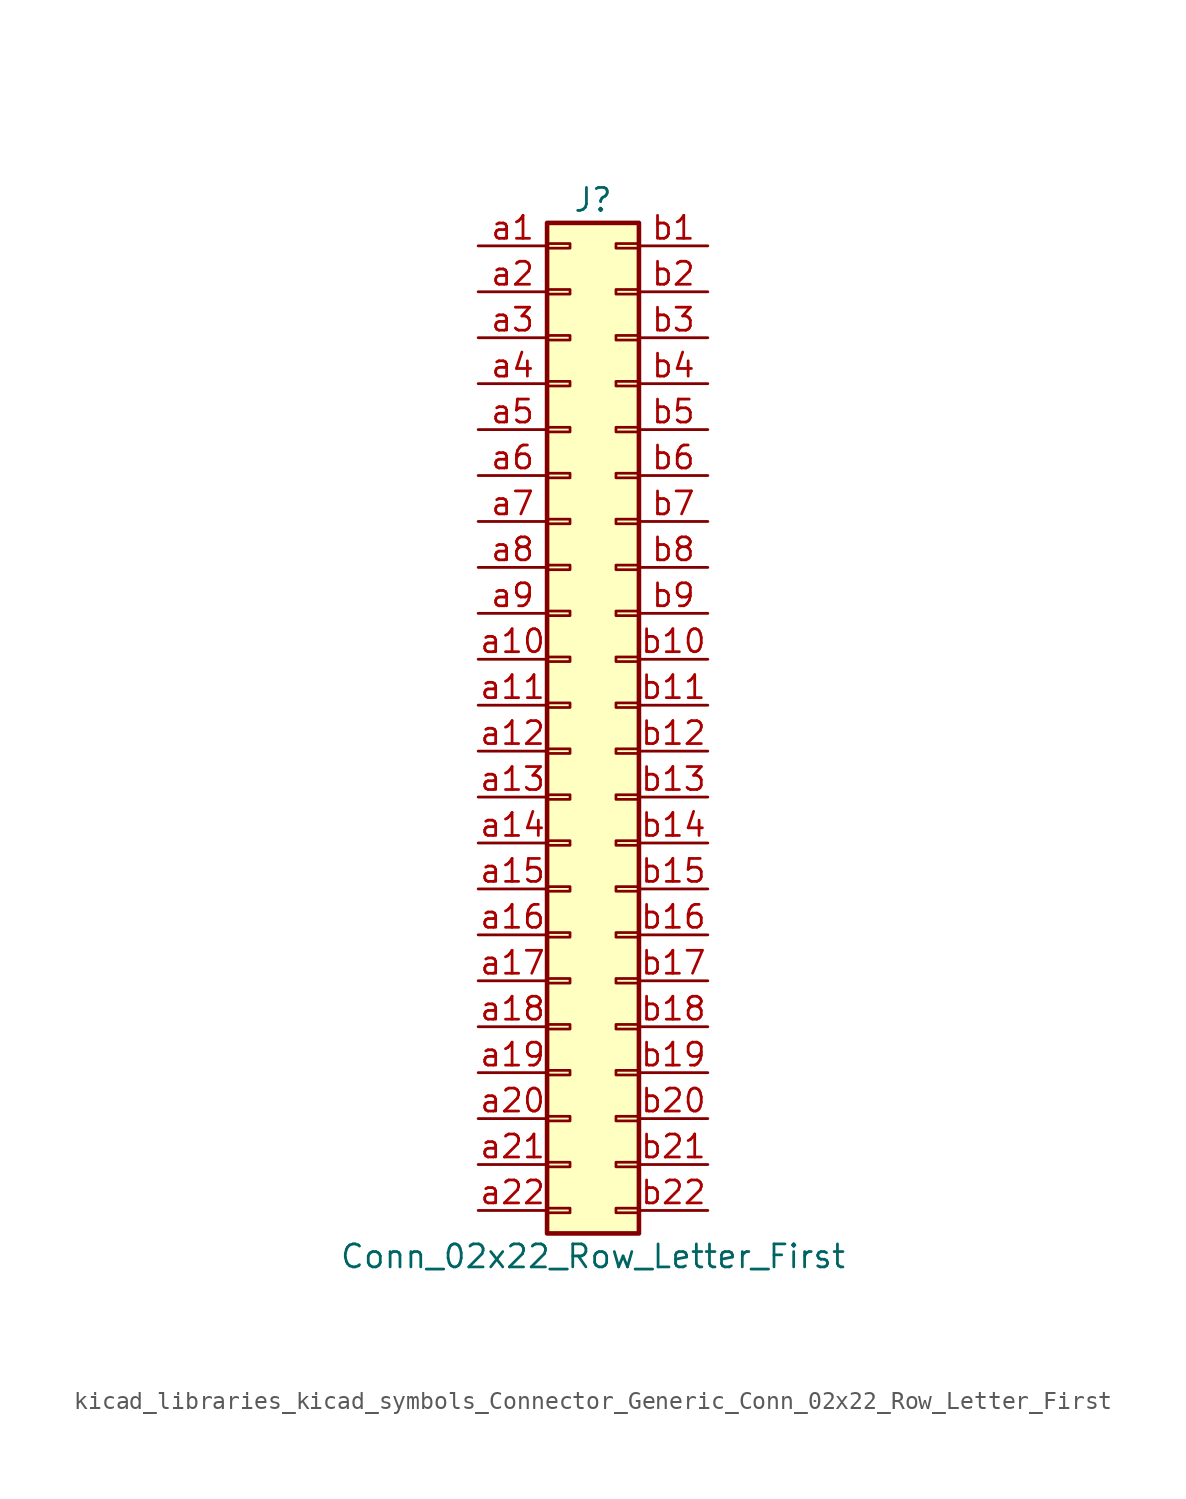
<source format=kicad_sym>
(kicad_symbol_lib
  (version 20220914)
  (generator kicad_symbol_editor)
  (symbol "kicad_libraries_kicad_symbols_Connector_Generic_Conn_02x22_Row_Letter_First"
    (pin_names
      (offset 1.016) hide)
    (property "Reference" "J"
      (at 1.27 27.94 0)
      (effects (font (size 1.27 1.27))))
    (property "Value" "Conn_02x22_Row_Letter_First"
      (at 1.27 -30.48 0)
      (effects (font (size 1.27 1.27))))
    (symbol "kicad_libraries_kicad_symbols_Connector_Generic_Conn_02x22_Row_Letter_First_1_1"
      (rectangle (start -1.27 -27.813) (end 0 -28.067) (stroke (width 0.152) (type default)) (fill (type none)))
      (rectangle (start -1.27 -25.273) (end 0 -25.527) (stroke (width 0.152) (type default)) (fill (type none)))
      (rectangle (start -1.27 -22.733) (end 0 -22.987) (stroke (width 0.152) (type default)) (fill (type none)))
      (rectangle (start -1.27 -20.193) (end 0 -20.447) (stroke (width 0.152) (type default)) (fill (type none)))
      (rectangle (start -1.27 -17.653) (end 0 -17.907) (stroke (width 0.152) (type default)) (fill (type none)))
      (rectangle (start -1.27 -15.113) (end 0 -15.367) (stroke (width 0.152) (type default)) (fill (type none)))
      (rectangle (start -1.27 -12.573) (end 0 -12.827) (stroke (width 0.152) (type default)) (fill (type none)))
      (rectangle (start -1.27 -10.033) (end 0 -10.287) (stroke (width 0.152) (type default)) (fill (type none)))
      (rectangle (start -1.27 -7.493) (end 0 -7.747) (stroke (width 0.152) (type default)) (fill (type none)))
      (rectangle (start -1.27 -4.953) (end 0 -5.207) (stroke (width 0.152) (type default)) (fill (type none)))
      (rectangle (start -1.27 -2.413) (end 0 -2.667) (stroke (width 0.152) (type default)) (fill (type none)))
      (rectangle (start -1.27 0.127) (end 0 -0.127) (stroke (width 0.152) (type default)) (fill (type none)))
      (rectangle (start -1.27 2.667) (end 0 2.413) (stroke (width 0.152) (type default)) (fill (type none)))
      (rectangle (start -1.27 5.207) (end 0 4.953) (stroke (width 0.152) (type default)) (fill (type none)))
      (rectangle (start -1.27 7.747) (end 0 7.493) (stroke (width 0.152) (type default)) (fill (type none)))
      (rectangle (start -1.27 10.287) (end 0 10.033) (stroke (width 0.152) (type default)) (fill (type none)))
      (rectangle (start -1.27 12.827) (end 0 12.573) (stroke (width 0.152) (type default)) (fill (type none)))
      (rectangle (start -1.27 15.367) (end 0 15.113) (stroke (width 0.152) (type default)) (fill (type none)))
      (rectangle (start -1.27 17.907) (end 0 17.653) (stroke (width 0.152) (type default)) (fill (type none)))
      (rectangle (start -1.27 20.447) (end 0 20.193) (stroke (width 0.152) (type default)) (fill (type none)))
      (rectangle (start -1.27 22.987) (end 0 22.733) (stroke (width 0.152) (type default)) (fill (type none)))
      (rectangle (start -1.27 25.527) (end 0 25.273) (stroke (width 0.152) (type default)) (fill (type none)))
      (rectangle (start -1.27 26.67) (end 3.81 -29.21) (stroke (width 0.254) (type default)) (fill (type background)))
      (rectangle (start 3.81 -27.813) (end 2.54 -28.067) (stroke (width 0.152) (type default)) (fill (type none)))
      (rectangle (start 3.81 -25.273) (end 2.54 -25.527) (stroke (width 0.152) (type default)) (fill (type none)))
      (rectangle (start 3.81 -22.733) (end 2.54 -22.987) (stroke (width 0.152) (type default)) (fill (type none)))
      (rectangle (start 3.81 -20.193) (end 2.54 -20.447) (stroke (width 0.152) (type default)) (fill (type none)))
      (rectangle (start 3.81 -17.653) (end 2.54 -17.907) (stroke (width 0.152) (type default)) (fill (type none)))
      (rectangle (start 3.81 -15.113) (end 2.54 -15.367) (stroke (width 0.152) (type default)) (fill (type none)))
      (rectangle (start 3.81 -12.573) (end 2.54 -12.827) (stroke (width 0.152) (type default)) (fill (type none)))
      (rectangle (start 3.81 -10.033) (end 2.54 -10.287) (stroke (width 0.152) (type default)) (fill (type none)))
      (rectangle (start 3.81 -7.493) (end 2.54 -7.747) (stroke (width 0.152) (type default)) (fill (type none)))
      (rectangle (start 3.81 -4.953) (end 2.54 -5.207) (stroke (width 0.152) (type default)) (fill (type none)))
      (rectangle (start 3.81 -2.413) (end 2.54 -2.667) (stroke (width 0.152) (type default)) (fill (type none)))
      (rectangle (start 3.81 0.127) (end 2.54 -0.127) (stroke (width 0.152) (type default)) (fill (type none)))
      (rectangle (start 3.81 2.667) (end 2.54 2.413) (stroke (width 0.152) (type default)) (fill (type none)))
      (rectangle (start 3.81 5.207) (end 2.54 4.953) (stroke (width 0.152) (type default)) (fill (type none)))
      (rectangle (start 3.81 7.747) (end 2.54 7.493) (stroke (width 0.152) (type default)) (fill (type none)))
      (rectangle (start 3.81 10.287) (end 2.54 10.033) (stroke (width 0.152) (type default)) (fill (type none)))
      (rectangle (start 3.81 12.827) (end 2.54 12.573) (stroke (width 0.152) (type default)) (fill (type none)))
      (rectangle (start 3.81 15.367) (end 2.54 15.113) (stroke (width 0.152) (type default)) (fill (type none)))
      (rectangle (start 3.81 17.907) (end 2.54 17.653) (stroke (width 0.152) (type default)) (fill (type none)))
      (rectangle (start 3.81 20.447) (end 2.54 20.193) (stroke (width 0.152) (type default)) (fill (type none)))
      (rectangle (start 3.81 22.987) (end 2.54 22.733) (stroke (width 0.152) (type default)) (fill (type none)))
      (rectangle (start 3.81 25.527) (end 2.54 25.273) (stroke (width 0.152) (type default)) (fill (type none)))
      (pin passive line (at -5.08 25.4 0) (length 3.81) (name "Pin_a1" (effects (font (size 1.27 1.27)))) (number "a1" (effects (font (size 1.27 1.27)))))
      (pin passive line (at -5.08 2.54 0) (length 3.81) (name "Pin_a10" (effects (font (size 1.27 1.27)))) (number "a10" (effects (font (size 1.27 1.27)))))
      (pin passive line (at -5.08 0 0) (length 3.81) (name "Pin_a11" (effects (font (size 1.27 1.27)))) (number "a11" (effects (font (size 1.27 1.27)))))
      (pin passive line (at -5.08 -2.54 0) (length 3.81) (name "Pin_a12" (effects (font (size 1.27 1.27)))) (number "a12" (effects (font (size 1.27 1.27)))))
      (pin passive line (at -5.08 -5.08 0) (length 3.81) (name "Pin_a13" (effects (font (size 1.27 1.27)))) (number "a13" (effects (font (size 1.27 1.27)))))
      (pin passive line (at -5.08 -7.62 0) (length 3.81) (name "Pin_a14" (effects (font (size 1.27 1.27)))) (number "a14" (effects (font (size 1.27 1.27)))))
      (pin passive line (at -5.08 -10.16 0) (length 3.81) (name "Pin_a15" (effects (font (size 1.27 1.27)))) (number "a15" (effects (font (size 1.27 1.27)))))
      (pin passive line (at -5.08 -12.7 0) (length 3.81) (name "Pin_a16" (effects (font (size 1.27 1.27)))) (number "a16" (effects (font (size 1.27 1.27)))))
      (pin passive line (at -5.08 -15.24 0) (length 3.81) (name "Pin_a17" (effects (font (size 1.27 1.27)))) (number "a17" (effects (font (size 1.27 1.27)))))
      (pin passive line (at -5.08 -17.78 0) (length 3.81) (name "Pin_a18" (effects (font (size 1.27 1.27)))) (number "a18" (effects (font (size 1.27 1.27)))))
      (pin passive line (at -5.08 -20.32 0) (length 3.81) (name "Pin_a19" (effects (font (size 1.27 1.27)))) (number "a19" (effects (font (size 1.27 1.27)))))
      (pin passive line (at -5.08 22.86 0) (length 3.81) (name "Pin_a2" (effects (font (size 1.27 1.27)))) (number "a2" (effects (font (size 1.27 1.27)))))
      (pin passive line (at -5.08 -22.86 0) (length 3.81) (name "Pin_a20" (effects (font (size 1.27 1.27)))) (number "a20" (effects (font (size 1.27 1.27)))))
      (pin passive line (at -5.08 -25.4 0) (length 3.81) (name "Pin_a21" (effects (font (size 1.27 1.27)))) (number "a21" (effects (font (size 1.27 1.27)))))
      (pin passive line (at -5.08 -27.94 0) (length 3.81) (name "Pin_a22" (effects (font (size 1.27 1.27)))) (number "a22" (effects (font (size 1.27 1.27)))))
      (pin passive line (at -5.08 20.32 0) (length 3.81) (name "Pin_a3" (effects (font (size 1.27 1.27)))) (number "a3" (effects (font (size 1.27 1.27)))))
      (pin passive line (at -5.08 17.78 0) (length 3.81) (name "Pin_a4" (effects (font (size 1.27 1.27)))) (number "a4" (effects (font (size 1.27 1.27)))))
      (pin passive line (at -5.08 15.24 0) (length 3.81) (name "Pin_a5" (effects (font (size 1.27 1.27)))) (number "a5" (effects (font (size 1.27 1.27)))))
      (pin passive line (at -5.08 12.7 0) (length 3.81) (name "Pin_a6" (effects (font (size 1.27 1.27)))) (number "a6" (effects (font (size 1.27 1.27)))))
      (pin passive line (at -5.08 10.16 0) (length 3.81) (name "Pin_a7" (effects (font (size 1.27 1.27)))) (number "a7" (effects (font (size 1.27 1.27)))))
      (pin passive line (at -5.08 7.62 0) (length 3.81) (name "Pin_a8" (effects (font (size 1.27 1.27)))) (number "a8" (effects (font (size 1.27 1.27)))))
      (pin passive line (at -5.08 5.08 0) (length 3.81) (name "Pin_a9" (effects (font (size 1.27 1.27)))) (number "a9" (effects (font (size 1.27 1.27)))))
      (pin passive line (at 7.62 25.4 180) (length 3.81) (name "Pin_b1" (effects (font (size 1.27 1.27)))) (number "b1" (effects (font (size 1.27 1.27)))))
      (pin passive line (at 7.62 2.54 180) (length 3.81) (name "Pin_b10" (effects (font (size 1.27 1.27)))) (number "b10" (effects (font (size 1.27 1.27)))))
      (pin passive line (at 7.62 0 180) (length 3.81) (name "Pin_b11" (effects (font (size 1.27 1.27)))) (number "b11" (effects (font (size 1.27 1.27)))))
      (pin passive line (at 7.62 -2.54 180) (length 3.81) (name "Pin_b12" (effects (font (size 1.27 1.27)))) (number "b12" (effects (font (size 1.27 1.27)))))
      (pin passive line (at 7.62 -5.08 180) (length 3.81) (name "Pin_b13" (effects (font (size 1.27 1.27)))) (number "b13" (effects (font (size 1.27 1.27)))))
      (pin passive line (at 7.62 -7.62 180) (length 3.81) (name "Pin_b14" (effects (font (size 1.27 1.27)))) (number "b14" (effects (font (size 1.27 1.27)))))
      (pin passive line (at 7.62 -10.16 180) (length 3.81) (name "Pin_b15" (effects (font (size 1.27 1.27)))) (number "b15" (effects (font (size 1.27 1.27)))))
      (pin passive line (at 7.62 -12.7 180) (length 3.81) (name "Pin_b16" (effects (font (size 1.27 1.27)))) (number "b16" (effects (font (size 1.27 1.27)))))
      (pin passive line (at 7.62 -15.24 180) (length 3.81) (name "Pin_b17" (effects (font (size 1.27 1.27)))) (number "b17" (effects (font (size 1.27 1.27)))))
      (pin passive line (at 7.62 -17.78 180) (length 3.81) (name "Pin_b18" (effects (font (size 1.27 1.27)))) (number "b18" (effects (font (size 1.27 1.27)))))
      (pin passive line (at 7.62 -20.32 180) (length 3.81) (name "Pin_b19" (effects (font (size 1.27 1.27)))) (number "b19" (effects (font (size 1.27 1.27)))))
      (pin passive line (at 7.62 22.86 180) (length 3.81) (name "Pin_b2" (effects (font (size 1.27 1.27)))) (number "b2" (effects (font (size 1.27 1.27)))))
      (pin passive line (at 7.62 -22.86 180) (length 3.81) (name "Pin_b20" (effects (font (size 1.27 1.27)))) (number "b20" (effects (font (size 1.27 1.27)))))
      (pin passive line (at 7.62 -25.4 180) (length 3.81) (name "Pin_b21" (effects (font (size 1.27 1.27)))) (number "b21" (effects (font (size 1.27 1.27)))))
      (pin passive line (at 7.62 -27.94 180) (length 3.81) (name "Pin_b22" (effects (font (size 1.27 1.27)))) (number "b22" (effects (font (size 1.27 1.27)))))
      (pin passive line (at 7.62 20.32 180) (length 3.81) (name "Pin_b3" (effects (font (size 1.27 1.27)))) (number "b3" (effects (font (size 1.27 1.27)))))
      (pin passive line (at 7.62 17.78 180) (length 3.81) (name "Pin_b4" (effects (font (size 1.27 1.27)))) (number "b4" (effects (font (size 1.27 1.27)))))
      (pin passive line (at 7.62 15.24 180) (length 3.81) (name "Pin_b5" (effects (font (size 1.27 1.27)))) (number "b5" (effects (font (size 1.27 1.27)))))
      (pin passive line (at 7.62 12.7 180) (length 3.81) (name "Pin_b6" (effects (font (size 1.27 1.27)))) (number "b6" (effects (font (size 1.27 1.27)))))
      (pin passive line (at 7.62 10.16 180) (length 3.81) (name "Pin_b7" (effects (font (size 1.27 1.27)))) (number "b7" (effects (font (size 1.27 1.27)))))
      (pin passive line (at 7.62 7.62 180) (length 3.81) (name "Pin_b8" (effects (font (size 1.27 1.27)))) (number "b8" (effects (font (size 1.27 1.27)))))
      (pin passive line (at 7.62 5.08 180) (length 3.81) (name "Pin_b9" (effects (font (size 1.27 1.27)))) (number "b9" (effects (font (size 1.27 1.27))))))))
</source>
